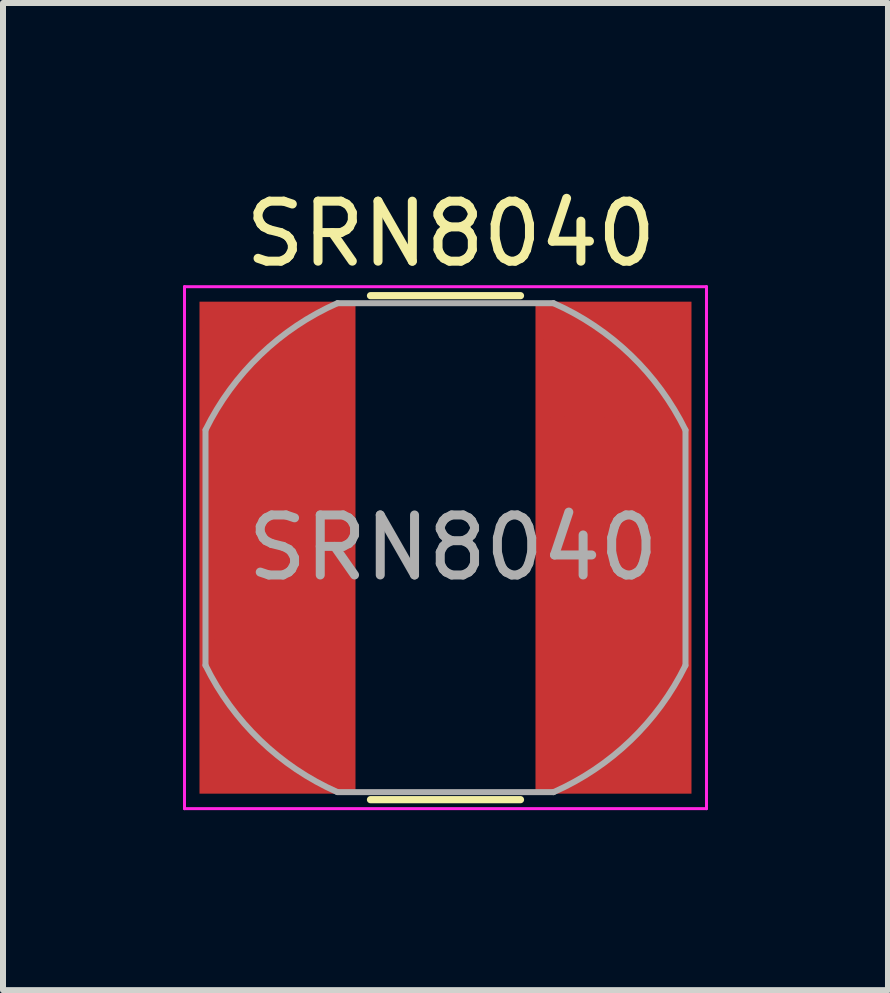
<source format=kicad_pcb>
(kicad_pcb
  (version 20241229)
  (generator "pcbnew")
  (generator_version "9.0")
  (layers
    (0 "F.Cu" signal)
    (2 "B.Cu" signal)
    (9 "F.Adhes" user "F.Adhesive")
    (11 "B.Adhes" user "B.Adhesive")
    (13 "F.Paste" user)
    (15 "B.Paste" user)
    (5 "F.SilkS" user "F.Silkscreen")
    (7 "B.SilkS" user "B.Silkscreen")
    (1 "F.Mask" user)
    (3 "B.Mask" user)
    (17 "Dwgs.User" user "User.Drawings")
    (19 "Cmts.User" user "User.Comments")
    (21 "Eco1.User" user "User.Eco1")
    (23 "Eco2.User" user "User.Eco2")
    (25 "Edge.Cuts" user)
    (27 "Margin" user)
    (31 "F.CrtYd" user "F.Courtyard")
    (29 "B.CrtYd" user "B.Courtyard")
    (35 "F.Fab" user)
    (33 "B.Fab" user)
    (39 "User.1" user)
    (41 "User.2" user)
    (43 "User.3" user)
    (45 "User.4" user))
  (footprint "SRN8040"
    (layer "F.Cu")
    (at 4.375 6.078)
    (property "Reference" "SRN8040" (at 0.09 -5.23 0) (layer "F.SilkS") (effects (font (size 1 1) (thickness 0.15))))
    (attr smd)
    (fp_line (start -1.25 4.2) (end 1.25 4.2) (stroke (width 0.12) (type solid)) (layer "F.SilkS"))
    (fp_line (start 1.25 -4.2) (end -1.25 -4.2) (stroke (width 0.12) (type solid)) (layer "F.SilkS"))
    (fp_line (start -4.35 -4.35) (end -4.35 4.35) (stroke (width 0.05) (type solid)) (layer "F.CrtYd"))
    (fp_line (start -4.35 -4.35) (end 4.35 -4.35) (stroke (width 0.05) (type solid)) (layer "F.CrtYd"))
    (fp_line (start -4.35 4.35) (end 4.35 4.35) (stroke (width 0.05) (type solid)) (layer "F.CrtYd"))
    (fp_line (start 4.35 -4.35) (end 4.35 4.35) (stroke (width 0.05) (type solid)) (layer "F.CrtYd"))
    (fp_line (start -4 -1.96) (end -4 1.96) (stroke (width 0.1) (type solid)) (layer "F.Fab"))
    (fp_line (start -1.8 -4.075) (end 1.8 -4.075) (stroke (width 0.1) (type solid)) (layer "F.Fab"))
    (fp_line (start 1.8 4.075) (end -1.8 4.075) (stroke (width 0.1) (type solid)) (layer "F.Fab"))
    (fp_line (start 4 -1.96) (end 4 1.96) (stroke (width 0.1) (type solid)) (layer "F.Fab"))
    (fp_arc (start -3.99824 -1.964613) (mid -3.085179 -3.213611) (end -1.8 -4.075) (stroke (width 0.1) (type solid)) (layer "F.Fab"))
    (fp_arc (start -1.804314 4.072598) (mid -3.088411 3.209878) (end -4 1.96) (stroke (width 0.1) (type solid)) (layer "F.Fab"))
    (fp_arc (start 1.799817 -4.074587) (mid 3.086639 -3.211582) (end 4 -1.96) (stroke (width 0.1) (type solid)) (layer "F.Fab"))
    (fp_arc (start 3.99824 1.964613) (mid 3.085179 3.213611) (end 1.8 4.075) (stroke (width 0.1) (type solid)) (layer "F.Fab"))
    (fp_text user "${REFERENCE}" (at 0.127 0 0) (layer "F.Fab") (effects (font (size 1 1) (thickness 0.15))))
    (pad "1" smd rect (at -2.8 0) (size 2.6 8.2) (layers "F.Cu" "F.Mask" "F.Paste"))
    (pad "2" smd rect (at 2.8 0) (size 2.6 8.2) (layers "F.Cu" "F.Mask" "F.Paste"))
    (pad "6" smd circle (at -3.7 -3.7) (size 0.7 0.7) (layers "F.Cu" "Eco2.User"))
    (pad "6" smd circle (at -3.7 -2.775) (size 0.7 0.7) (layers "F.Cu" "Eco2.User"))
    (pad "6" smd circle (at -3.7 -1.85) (size 0.7 0.7) (layers "F.Cu" "Eco2.User"))
    (pad "6" smd circle (at -3.7 -0.925) (size 0.7 0.7) (layers "F.Cu" "Eco2.User"))
    (pad "6" smd circle (at -3.7 0) (size 0.7 0.7) (layers "F.Cu" "Eco2.User"))
    (pad "6" smd circle (at -3.7 0.925) (size 0.7 0.7) (layers "F.Cu" "Eco2.User"))
    (pad "6" smd circle (at -3.7 1.85) (size 0.7 0.7) (layers "F.Cu" "Eco2.User"))
    (pad "6" smd circle (at -3.7 2.775) (size 0.7 0.7) (layers "F.Cu" "Eco2.User"))
    (pad "6" smd circle (at -3.7 3.7) (size 0.7 0.7) (layers "F.Cu" "Eco2.User"))
    (pad "6" smd circle (at -2.8 -3.7) (size 0.7 0.7) (layers "F.Cu" "Eco2.User"))
    (pad "6" smd circle (at -2.8 -2.775) (size 0.7 0.7) (layers "F.Cu" "Eco2.User"))
    (pad "6" smd circle (at -2.8 -1.85) (size 0.7 0.7) (layers "F.Cu" "Eco2.User"))
    (pad "6" smd circle (at -2.8 -0.925) (size 0.7 0.7) (layers "F.Cu" "Eco2.User"))
    (pad "6" smd circle (at -2.8 0) (size 0.7 0.7) (layers "F.Cu" "Eco2.User"))
    (pad "6" smd circle (at -2.8 0.925) (size 0.7 0.7) (layers "F.Cu" "Eco2.User"))
    (pad "6" smd circle (at -2.8 1.85) (size 0.7 0.7) (layers "F.Cu" "Eco2.User"))
    (pad "6" smd circle (at -2.8 2.775) (size 0.7 0.7) (layers "F.Cu" "Eco2.User"))
    (pad "6" smd circle (at -2.8 3.7) (size 0.7 0.7) (layers "F.Cu" "Eco2.User"))
    (pad "6" smd circle (at -1.9 -3.7) (size 0.7 0.7) (layers "F.Cu" "Eco2.User"))
    (pad "6" smd circle (at -1.9 -2.775) (size 0.7 0.7) (layers "F.Cu" "Eco2.User"))
    (pad "6" smd circle (at -1.9 -1.85) (size 0.7 0.7) (layers "F.Cu" "Eco2.User"))
    (pad "6" smd circle (at -1.9 -0.925) (size 0.7 0.7) (layers "F.Cu" "Eco2.User"))
    (pad "6" smd circle (at -1.9 0) (size 0.7 0.7) (layers "F.Cu" "Eco2.User"))
    (pad "6" smd circle (at -1.9 0.925) (size 0.7 0.7) (layers "F.Cu" "Eco2.User"))
    (pad "6" smd circle (at -1.9 1.85) (size 0.7 0.7) (layers "F.Cu" "Eco2.User"))
    (pad "6" smd circle (at -1.9 2.775) (size 0.7 0.7) (layers "F.Cu" "Eco2.User"))
    (pad "6" smd circle (at -1.9 3.7) (size 0.7 0.7) (layers "F.Cu" "Eco2.User"))
    (pad "6" smd circle (at 1.9 -3.7 180) (size 0.7 0.7) (layers "F.Cu" "Eco2.User"))
    (pad "6" smd circle (at 1.9 -2.775 180) (size 0.7 0.7) (layers "F.Cu" "Eco2.User"))
    (pad "6" smd circle (at 1.9 -1.85 180) (size 0.7 0.7) (layers "F.Cu" "Eco2.User"))
    (pad "6" smd circle (at 1.9 -0.925 180) (size 0.7 0.7) (layers "F.Cu" "Eco2.User"))
    (pad "6" smd circle (at 1.9 0 180) (size 0.7 0.7) (layers "F.Cu" "Eco2.User"))
    (pad "6" smd circle (at 1.9 0.925 180) (size 0.7 0.7) (layers "F.Cu" "Eco2.User"))
    (pad "6" smd circle (at 1.9 1.85 180) (size 0.7 0.7) (layers "F.Cu" "Eco2.User"))
    (pad "6" smd circle (at 1.9 2.775 180) (size 0.7 0.7) (layers "F.Cu" "Eco2.User"))
    (pad "6" smd circle (at 1.9 3.7 180) (size 0.7 0.7) (layers "F.Cu" "Eco2.User"))
    (pad "6" smd circle (at 2.8 -3.7 180) (size 0.7 0.7) (layers "F.Cu" "Eco2.User"))
    (pad "6" smd circle (at 2.8 -2.775 180) (size 0.7 0.7) (layers "F.Cu" "Eco2.User"))
    (pad "6" smd circle (at 2.8 -1.85 180) (size 0.7 0.7) (layers "F.Cu" "Eco2.User"))
    (pad "6" smd circle (at 2.8 -0.925 180) (size 0.7 0.7) (layers "F.Cu" "Eco2.User"))
    (pad "6" smd circle (at 2.8 0 180) (size 0.7 0.7) (layers "F.Cu" "Eco2.User"))
    (pad "6" smd circle (at 2.8 0.925 180) (size 0.7 0.7) (layers "F.Cu" "Eco2.User"))
    (pad "6" smd circle (at 2.8 1.85 180) (size 0.7 0.7) (layers "F.Cu" "Eco2.User"))
    (pad "6" smd circle (at 2.8 2.775 180) (size 0.7 0.7) (layers "F.Cu" "Eco2.User"))
    (pad "6" smd circle (at 2.8 3.7 180) (size 0.7 0.7) (layers "F.Cu" "Eco2.User"))
    (pad "6" smd circle (at 3.7 -3.7 180) (size 0.7 0.7) (layers "F.Cu" "Eco2.User"))
    (pad "6" smd circle (at 3.7 -2.775 180) (size 0.7 0.7) (layers "F.Cu" "Eco2.User"))
    (pad "6" smd circle (at 3.7 -1.85 180) (size 0.7 0.7) (layers "F.Cu" "Eco2.User"))
    (pad "6" smd circle (at 3.7 -0.925 180) (size 0.7 0.7) (layers "F.Cu" "Eco2.User"))
    (pad "6" smd circle (at 3.7 0 180) (size 0.7 0.7) (layers "F.Cu" "Eco2.User"))
    (pad "6" smd circle (at 3.7 0.925 180) (size 0.7 0.7) (layers "F.Cu" "Eco2.User"))
    (pad "6" smd circle (at 3.7 1.85 180) (size 0.7 0.7) (layers "F.Cu" "Eco2.User"))
    (pad "6" smd circle (at 3.7 2.775 180) (size 0.7 0.7) (layers "F.Cu" "Eco2.User"))
    (pad "6" smd circle (at 3.7 3.7 180) (size 0.7 0.7) (layers "F.Cu" "Eco2.User")))
  (gr_rect
    (start -3 -3)
    (end 11.75 13.453)
    (stroke (width 0.1) (type default))
    (fill no)
    (layer "Edge.Cuts")))
</source>
